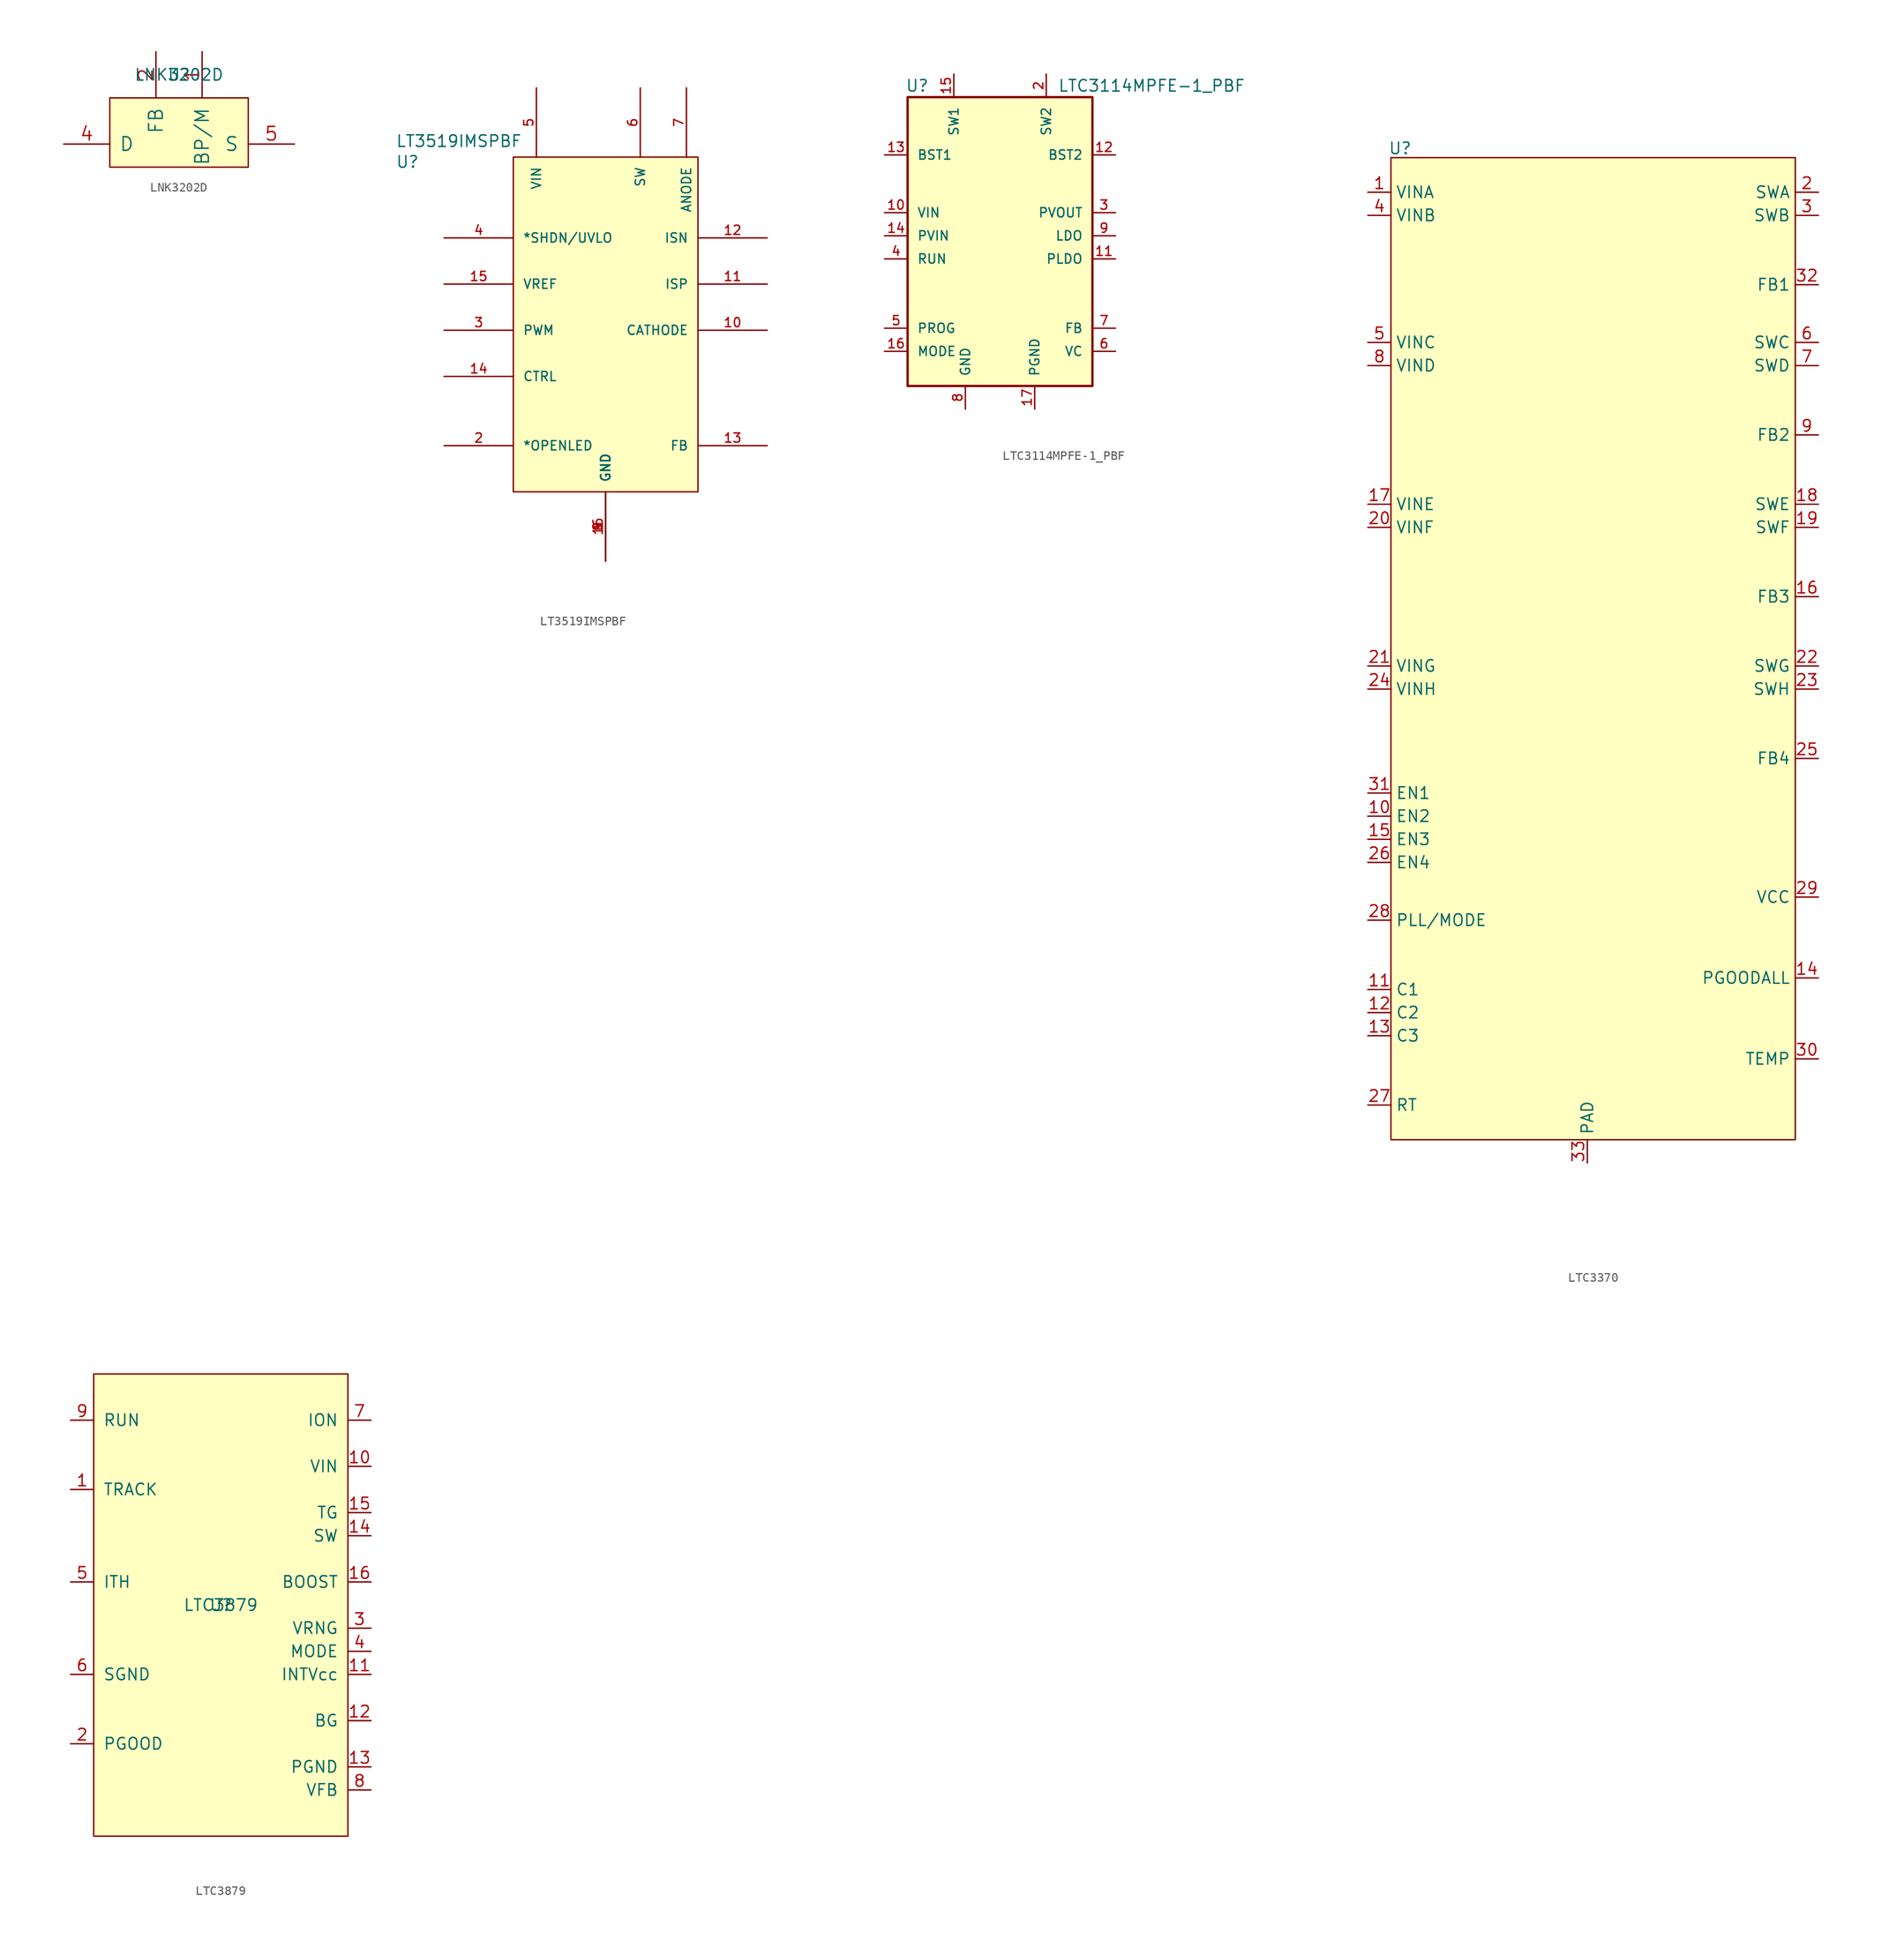
<source format=kicad_sym>
(kicad_symbol_lib
  (version 20241209)
  (generator "kicad_symbol_editor")
  (generator_version "9.0")
  (symbol "LNK3202D"
    (pin_names
      (offset 1.016))
    (property "Reference" "U"
      (at 0 0 0)
      (effects (font (size 1.27 1.27))))
    (property "Value" "LNK3202D"
      (at 0 0 0)
      (effects (font (size 1.27 1.27))))
    (symbol "LNK3202D_0_1"
      (rectangle (start 7.62 -2.54) (end -7.62 -10.16) (stroke (width 0) (type solid)) (fill (type background))))
    (symbol "LNK3202D_1_0"
      (pin unspecified line (at -12.7 -7.62 0) (length 5.08) (name "D" (effects (font (size 1.499 1.499)))) (number "4" (effects (font (size 1.499 1.499)))))
      (pin unspecified line (at -2.54 2.54 270) (length 5.08) (name "FB" (effects (font (size 1.499 1.499)))) (number "2" (effects (font (size 1.499 1.499)))))
      (pin unspecified line (at 2.54 2.54 270) (length 5.08) (name "BP/M" (effects (font (size 1.499 1.499)))) (number "1" (effects (font (size 1.499 1.499)))))
      (pin unspecified line (at 12.7 -7.62 180) (length 5.08) (name "S" (effects (font (size 1.499 1.499)))) (number "5" (effects (font (size 1.499 1.499)))))
      (pin unspecified line (at 12.7 -7.62 180) (length 5.08) (hide yes) (name "S" (effects (font (size 1.499 1.499)))) (number "6" (effects (font (size 1.499 1.499)))))
      (pin unspecified line (at 12.7 -7.62 180) (length 5.08) (hide yes) (name "S" (effects (font (size 1.499 1.499)))) (number "7" (effects (font (size 1.499 1.499)))))
      (pin unspecified line (at 12.7 -7.62 180) (length 5.08) (hide yes) (name "S" (effects (font (size 1.499 1.499)))) (number "8" (effects (font (size 1.499 1.499)))))))
  (symbol "LT3519IMSPBF"
    (pin_names
      (offset 1.016))
    (property "Reference" "U"
      (at 12.446 3.81 0)
      (effects (font (size 1.27 1.27)) (justify left bottom)))
    (property "Value" "LT3519IMSPBF"
      (at 12.446 6.096 0)
      (effects (font (size 1.27 1.27)) (justify left bottom)))
    (symbol "LT3519IMSPBF_0_0"
      (rectangle (start 25.4 5.08) (end 45.72 -31.75) (stroke (width 0.152) (type default)) (fill (type background)))
      (pin passive line (at 17.78 -3.81 0) (length 7.62) (name "*SHDN/UVLO" (effects (font (size 1.016 1.016)))) (number "4" (effects (font (size 1.016 1.016)))))
      (pin output line (at 17.78 -8.89 0) (length 7.62) (name "VREF" (effects (font (size 1.016 1.016)))) (number "15" (effects (font (size 1.016 1.016)))))
      (pin input line (at 17.78 -13.97 0) (length 7.62) (name "PWM" (effects (font (size 1.016 1.016)))) (number "3" (effects (font (size 1.016 1.016)))))
      (pin passive line (at 17.78 -19.05 0) (length 7.62) (name "CTRL" (effects (font (size 1.016 1.016)))) (number "14" (effects (font (size 1.016 1.016)))))
      (pin input line (at 17.78 -26.67 0) (length 7.62) (name "*OPENLED" (effects (font (size 1.016 1.016)))) (number "2" (effects (font (size 1.016 1.016)))))
      (pin input line (at 27.94 12.7 270) (length 7.62) (name "VIN" (effects (font (size 1.016 1.016)))) (number "5" (effects (font (size 1.016 1.016)))))
      (pin power_in line (at 35.56 -39.37 90) (length 7.62) (name "GND" (effects (font (size 1.016 1.016)))) (number "1" (effects (font (size 1.016 1.016)))))
      (pin power_in line (at 35.56 -39.37 90) (length 7.62) (name "GND" (effects (font (size 1.016 1.016)))) (number "16" (effects (font (size 1.016 1.016)))))
      (pin power_in line (at 35.56 -39.37 90) (length 7.62) (name "GND" (effects (font (size 1.016 1.016)))) (number "8" (effects (font (size 1.016 1.016)))))
      (pin power_in line (at 35.56 -39.37 90) (length 7.62) (name "GND" (effects (font (size 1.016 1.016)))) (number "9" (effects (font (size 1.016 1.016)))))
      (pin passive line (at 39.37 12.7 270) (length 7.62) (name "SW" (effects (font (size 1.016 1.016)))) (number "6" (effects (font (size 1.016 1.016)))))
      (pin passive line (at 44.45 12.7 270) (length 7.62) (name "ANODE" (effects (font (size 1.016 1.016)))) (number "7" (effects (font (size 1.016 1.016)))))
      (pin input line (at 53.34 -3.81 180) (length 7.62) (name "ISN" (effects (font (size 1.016 1.016)))) (number "12" (effects (font (size 1.016 1.016)))))
      (pin input line (at 53.34 -8.89 180) (length 7.62) (name "ISP" (effects (font (size 1.016 1.016)))) (number "11" (effects (font (size 1.016 1.016)))))
      (pin passive line (at 53.34 -13.97 180) (length 7.62) (name "CATHODE" (effects (font (size 1.016 1.016)))) (number "10" (effects (font (size 1.016 1.016)))))
      (pin output line (at 53.34 -26.67 180) (length 7.62) (name "FB" (effects (font (size 1.016 1.016)))) (number "13" (effects (font (size 1.016 1.016)))))))
  (symbol "LTC3114MPFE-1_PBF"
    (pin_names
      (offset 1.016))
    (property "Reference" "U"
      (at -10.414 15.748 0)
      (effects (font (size 1.27 1.27)) (justify left bottom)))
    (property "Value" "LTC3114MPFE-1_PBF"
      (at 6.35 15.748 0)
      (effects (font (size 1.27 1.27)) (justify left bottom)))
    (symbol "LTC3114MPFE-1_PBF_0_0"
      (rectangle (start -10.16 15.24) (end 10.16 -16.51) (stroke (width 0.254) (type default)) (fill (type background)))
      (pin input line (at -12.7 8.89 0) (length 2.54) (name "BST1" (effects (font (size 1.016 1.016)))) (number "13" (effects (font (size 1.016 1.016)))))
      (pin power_in line (at -12.7 2.54 0) (length 2.54) (name "VIN" (effects (font (size 1.016 1.016)))) (number "10" (effects (font (size 1.016 1.016)))))
      (pin power_in line (at -12.7 0 0) (length 2.54) (name "PVIN" (effects (font (size 1.016 1.016)))) (number "14" (effects (font (size 1.016 1.016)))))
      (pin input line (at -12.7 -2.54 0) (length 2.54) (name "RUN" (effects (font (size 1.016 1.016)))) (number "4" (effects (font (size 1.016 1.016)))))
      (pin output line (at -12.7 -10.16 0) (length 2.54) (name "PROG" (effects (font (size 1.016 1.016)))) (number "5" (effects (font (size 1.016 1.016)))))
      (pin input line (at -12.7 -12.7 0) (length 2.54) (name "MODE" (effects (font (size 1.016 1.016)))) (number "16" (effects (font (size 1.016 1.016)))))
      (pin passive line (at -5.08 17.78 270) (length 2.54) (name "SW1" (effects (font (size 1.016 1.016)))) (number "15" (effects (font (size 1.016 1.016)))))
      (pin power_in line (at -3.81 -19.05 90) (length 2.54) (name "GND" (effects (font (size 1.016 1.016)))) (number "8" (effects (font (size 1.016 1.016)))))
      (pin power_in line (at 3.81 -19.05 90) (length 2.54) (hide yes) (name "PGND" (effects (font (size 1.016 1.016)))) (number "1" (effects (font (size 1.016 1.016)))))
      (pin power_in line (at 3.81 -19.05 90) (length 2.54) (name "PGND" (effects (font (size 1.016 1.016)))) (number "17" (effects (font (size 1.016 1.016)))))
      (pin passive line (at 5.08 17.78 270) (length 2.54) (name "SW2" (effects (font (size 1.016 1.016)))) (number "2" (effects (font (size 1.016 1.016)))))
      (pin input line (at 12.7 8.89 180) (length 2.54) (name "BST2" (effects (font (size 1.016 1.016)))) (number "12" (effects (font (size 1.016 1.016)))))
      (pin output line (at 12.7 2.54 180) (length 2.54) (name "PVOUT" (effects (font (size 1.016 1.016)))) (number "3" (effects (font (size 1.016 1.016)))))
      (pin output line (at 12.7 0 180) (length 2.54) (name "LDO" (effects (font (size 1.016 1.016)))) (number "9" (effects (font (size 1.016 1.016)))))
      (pin output line (at 12.7 -2.54 180) (length 2.54) (name "PLDO" (effects (font (size 1.016 1.016)))) (number "11" (effects (font (size 1.016 1.016)))))
      (pin input line (at 12.7 -10.16 180) (length 2.54) (name "FB" (effects (font (size 1.016 1.016)))) (number "7" (effects (font (size 1.016 1.016)))))
      (pin power_in line (at 12.7 -12.7 180) (length 2.54) (name "VC" (effects (font (size 1.016 1.016)))) (number "6" (effects (font (size 1.016 1.016)))))))
  (symbol "LTC3370"
    (property "Reference" "U"
      (at 1.016 1.016 0)
      (effects (font (size 1.27 1.27))))
    (property "Value" ""
      (at 0 0 0)
      (effects (font (size 1.27 1.27))))
    (symbol "LTC3370_1_1"
      (rectangle (start 0 0) (end 44.45 -107.95) (stroke (width 0) (type solid)) (fill (type background)))
      (pin input line (at -2.54 -3.81 0) (length 2.54) (name "VINA" (effects (font (size 1.27 1.27)))) (number "1" (effects (font (size 1.27 1.27)))))
      (pin input line (at -2.54 -6.35 0) (length 2.54) (name "VINB" (effects (font (size 1.27 1.27)))) (number "4" (effects (font (size 1.27 1.27)))))
      (pin input line (at -2.54 -20.32 0) (length 2.54) (name "VINC" (effects (font (size 1.27 1.27)))) (number "5" (effects (font (size 1.27 1.27)))))
      (pin input line (at -2.54 -22.86 0) (length 2.54) (name "VIND" (effects (font (size 1.27 1.27)))) (number "8" (effects (font (size 1.27 1.27)))))
      (pin input line (at -2.54 -38.1 0) (length 2.54) (name "VINE" (effects (font (size 1.27 1.27)))) (number "17" (effects (font (size 1.27 1.27)))))
      (pin input line (at -2.54 -40.64 0) (length 2.54) (name "VINF" (effects (font (size 1.27 1.27)))) (number "20" (effects (font (size 1.27 1.27)))))
      (pin input line (at -2.54 -55.88 0) (length 2.54) (name "VING" (effects (font (size 1.27 1.27)))) (number "21" (effects (font (size 1.27 1.27)))))
      (pin input line (at -2.54 -58.42 0) (length 2.54) (name "VINH" (effects (font (size 1.27 1.27)))) (number "24" (effects (font (size 1.27 1.27)))))
      (pin input line (at -2.54 -69.85 0) (length 2.54) (name "EN1" (effects (font (size 1.27 1.27)))) (number "31" (effects (font (size 1.27 1.27)))))
      (pin input line (at -2.54 -72.39 0) (length 2.54) (name "EN2" (effects (font (size 1.27 1.27)))) (number "10" (effects (font (size 1.27 1.27)))))
      (pin input line (at -2.54 -74.93 0) (length 2.54) (name "EN3" (effects (font (size 1.27 1.27)))) (number "15" (effects (font (size 1.27 1.27)))))
      (pin input line (at -2.54 -77.47 0) (length 2.54) (name "EN4" (effects (font (size 1.27 1.27)))) (number "26" (effects (font (size 1.27 1.27)))))
      (pin input line (at -2.54 -83.82 0) (length 2.54) (name "PLL/MODE" (effects (font (size 1.27 1.27)))) (number "28" (effects (font (size 1.27 1.27)))))
      (pin input line (at -2.54 -91.44 0) (length 2.54) (name "C1" (effects (font (size 1.27 1.27)))) (number "11" (effects (font (size 1.27 1.27)))))
      (pin input line (at -2.54 -93.98 0) (length 2.54) (name "C2" (effects (font (size 1.27 1.27)))) (number "12" (effects (font (size 1.27 1.27)))))
      (pin input line (at -2.54 -96.52 0) (length 2.54) (name "C3" (effects (font (size 1.27 1.27)))) (number "13" (effects (font (size 1.27 1.27)))))
      (pin input line (at -2.54 -104.14 0) (length 2.54) (name "RT" (effects (font (size 1.27 1.27)))) (number "27" (effects (font (size 1.27 1.27)))))
      (pin input line (at 21.59 -110.49 90) (length 2.54) (name "PAD" (effects (font (size 1.27 1.27)))) (number "33" (effects (font (size 1.27 1.27)))))
      (pin output line (at 46.99 -3.81 180) (length 2.54) (name "SWA" (effects (font (size 1.27 1.27)))) (number "2" (effects (font (size 1.27 1.27)))))
      (pin output line (at 46.99 -6.35 180) (length 2.54) (name "SWB" (effects (font (size 1.27 1.27)))) (number "3" (effects (font (size 1.27 1.27)))))
      (pin output line (at 46.99 -13.97 180) (length 2.54) (name "FB1" (effects (font (size 1.27 1.27)))) (number "32" (effects (font (size 1.27 1.27)))))
      (pin output line (at 46.99 -20.32 180) (length 2.54) (name "SWC" (effects (font (size 1.27 1.27)))) (number "6" (effects (font (size 1.27 1.27)))))
      (pin output line (at 46.99 -22.86 180) (length 2.54) (name "SWD" (effects (font (size 1.27 1.27)))) (number "7" (effects (font (size 1.27 1.27)))))
      (pin output line (at 46.99 -30.48 180) (length 2.54) (name "FB2" (effects (font (size 1.27 1.27)))) (number "9" (effects (font (size 1.27 1.27)))))
      (pin output line (at 46.99 -38.1 180) (length 2.54) (name "SWE" (effects (font (size 1.27 1.27)))) (number "18" (effects (font (size 1.27 1.27)))))
      (pin output line (at 46.99 -40.64 180) (length 2.54) (name "SWF" (effects (font (size 1.27 1.27)))) (number "19" (effects (font (size 1.27 1.27)))))
      (pin output line (at 46.99 -48.26 180) (length 2.54) (name "FB3" (effects (font (size 1.27 1.27)))) (number "16" (effects (font (size 1.27 1.27)))))
      (pin output line (at 46.99 -55.88 180) (length 2.54) (name "SWG" (effects (font (size 1.27 1.27)))) (number "22" (effects (font (size 1.27 1.27)))))
      (pin output line (at 46.99 -58.42 180) (length 2.54) (name "SWH" (effects (font (size 1.27 1.27)))) (number "23" (effects (font (size 1.27 1.27)))))
      (pin output line (at 46.99 -66.04 180) (length 2.54) (name "FB4" (effects (font (size 1.27 1.27)))) (number "25" (effects (font (size 1.27 1.27)))))
      (pin input line (at 46.99 -81.28 180) (length 2.54) (name "VCC" (effects (font (size 1.27 1.27)))) (number "29" (effects (font (size 1.27 1.27)))))
      (pin input line (at 46.99 -90.17 180) (length 2.54) (name "PGOODALL" (effects (font (size 1.27 1.27)))) (number "14" (effects (font (size 1.27 1.27)))))
      (pin output line (at 46.99 -99.06 180) (length 2.54) (name "TEMP" (effects (font (size 1.27 1.27)))) (number "30" (effects (font (size 1.27 1.27)))))))
  (symbol "LTC3879"
    (pin_names
      (offset 1.016))
    (property "Reference" "U"
      (at 0 0 0)
      (effects (font (size 1.27 1.27))))
    (property "Value" "LTC3879"
      (at 0 0 0)
      (effects (font (size 1.27 1.27))))
    (symbol "LTC3879_0_1"
      (rectangle (start 13.97 25.4) (end -13.97 -25.4) (stroke (width 0) (type solid)) (fill (type background))))
    (symbol "LTC3879_1_1"
      (pin input line (at -16.51 20.32 0) (length 2.54) (name "RUN" (effects (font (size 1.27 1.27)))) (number "9" (effects (font (size 1.27 1.27)))))
      (pin input line (at -16.51 12.7 0) (length 2.54) (name "TRACK" (effects (font (size 1.27 1.27)))) (number "1" (effects (font (size 1.27 1.27)))))
      (pin input line (at -16.51 2.54 0) (length 2.54) (name "ITH" (effects (font (size 1.27 1.27)))) (number "5" (effects (font (size 1.27 1.27)))))
      (pin input line (at -16.51 -7.62 0) (length 2.54) (name "SGND" (effects (font (size 1.27 1.27)))) (number "6" (effects (font (size 1.27 1.27)))))
      (pin input line (at -16.51 -15.24 0) (length 2.54) (name "PGOOD" (effects (font (size 1.27 1.27)))) (number "2" (effects (font (size 1.27 1.27)))))
      (pin input line (at 16.51 20.32 180) (length 2.54) (name "ION" (effects (font (size 1.27 1.27)))) (number "7" (effects (font (size 1.27 1.27)))))
      (pin input line (at 16.51 15.24 180) (length 2.54) (name "VIN" (effects (font (size 1.27 1.27)))) (number "10" (effects (font (size 1.27 1.27)))))
      (pin input line (at 16.51 10.16 180) (length 2.54) (name "TG" (effects (font (size 1.27 1.27)))) (number "15" (effects (font (size 1.27 1.27)))))
      (pin input line (at 16.51 7.62 180) (length 2.54) (name "SW" (effects (font (size 1.27 1.27)))) (number "14" (effects (font (size 1.27 1.27)))))
      (pin input line (at 16.51 2.54 180) (length 2.54) (name "BOOST" (effects (font (size 1.27 1.27)))) (number "16" (effects (font (size 1.27 1.27)))))
      (pin input line (at 16.51 -2.54 180) (length 2.54) (name "VRNG" (effects (font (size 1.27 1.27)))) (number "3" (effects (font (size 1.27 1.27)))))
      (pin input line (at 16.51 -5.08 180) (length 2.54) (name "MODE" (effects (font (size 1.27 1.27)))) (number "4" (effects (font (size 1.27 1.27)))))
      (pin input line (at 16.51 -7.62 180) (length 2.54) (name "INTVcc" (effects (font (size 1.27 1.27)))) (number "11" (effects (font (size 1.27 1.27)))))
      (pin input line (at 16.51 -12.7 180) (length 2.54) (name "BG" (effects (font (size 1.27 1.27)))) (number "12" (effects (font (size 1.27 1.27)))))
      (pin input line (at 16.51 -17.78 180) (length 2.54) (name "PGND" (effects (font (size 1.27 1.27)))) (number "13" (effects (font (size 1.27 1.27)))))
      (pin input line (at 16.51 -20.32 180) (length 2.54) (name "VFB" (effects (font (size 1.27 1.27)))) (number "8" (effects (font (size 1.27 1.27))))))))
</source>
